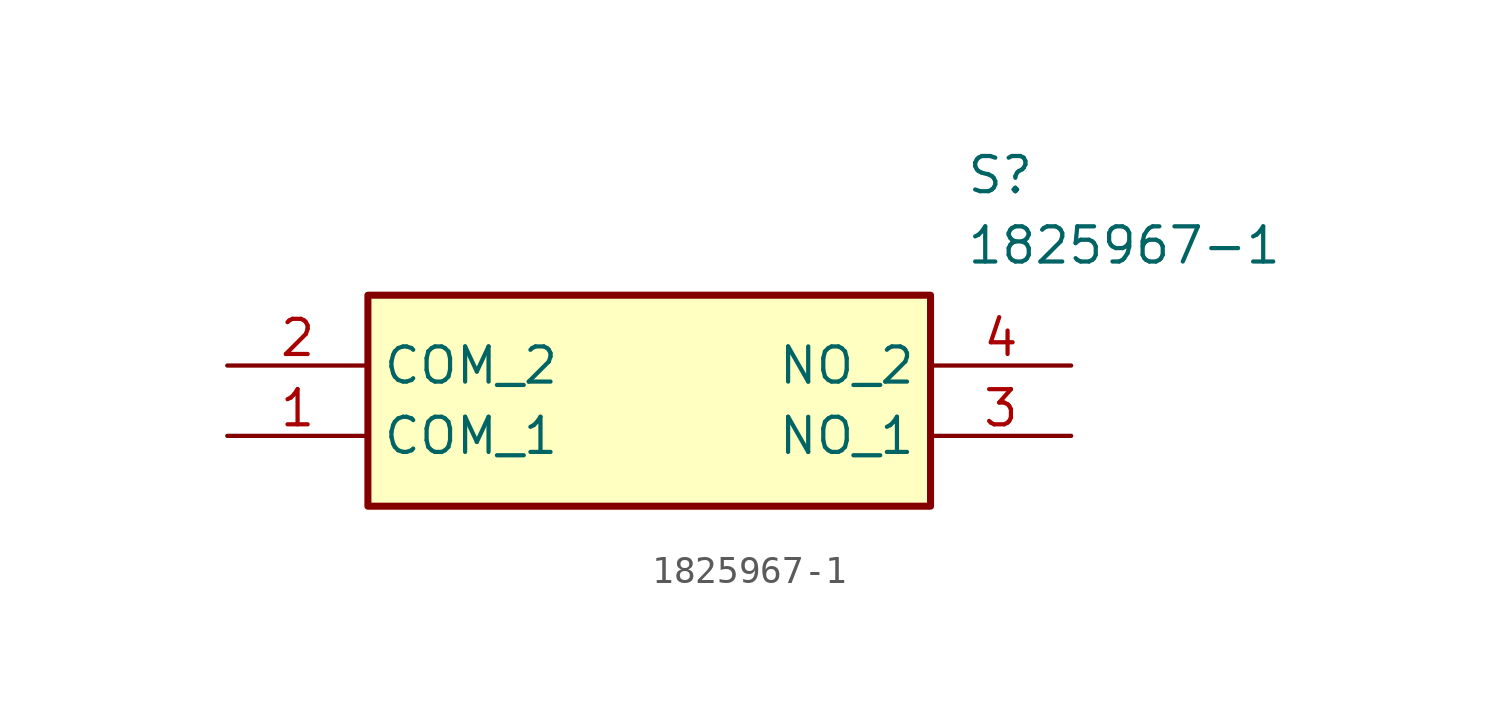
<source format=kicad_sym>
(kicad_symbol_lib
  (version 20211014)
  (generator SamacSys_ECAD_Model)
  (symbol "1825967-1"
    (property "Reference" "S"
      (at 26.67 7.62 0)
      (effects (font (size 1.27 1.27)) (justify left top)))
    (property "Value" "1825967-1"
      (at 26.67 5.08 0)
      (effects (font (size 1.27 1.27)) (justify left top)))
    (rectangle
      (start 5.08 2.54)
      (end 25.4 -5.08)
      (stroke (width 0.254) (type default))
      (fill (type background)))
    (pin passive line
      (at 0 -2.54 0)
      (length 5.08)
      (name "COM_1" (effects (font (size 1.27 1.27))))
      (number "1" (effects (font (size 1.27 1.27)))))
    (pin passive line
      (at 0 0 0)
      (length 5.08)
      (name "COM_2" (effects (font (size 1.27 1.27))))
      (number "2" (effects (font (size 1.27 1.27)))))
    (pin passive line
      (at 30.48 -2.54 180)
      (length 5.08)
      (name "NO_1" (effects (font (size 1.27 1.27))))
      (number "3" (effects (font (size 1.27 1.27)))))
    (pin passive line
      (at 30.48 0 180)
      (length 5.08)
      (name "NO_2" (effects (font (size 1.27 1.27))))
      (number "4" (effects (font (size 1.27 1.27)))))))
</source>
